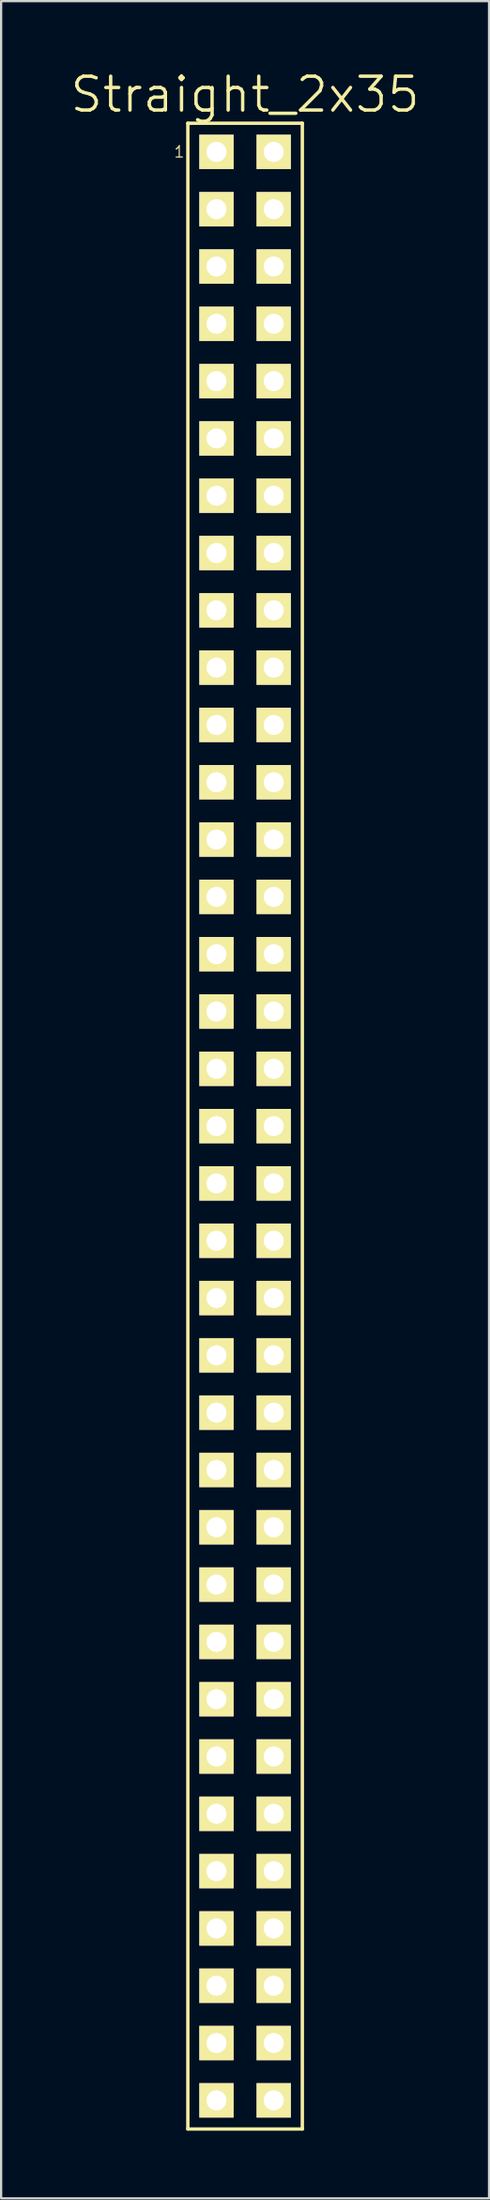
<source format=kicad_pcb>
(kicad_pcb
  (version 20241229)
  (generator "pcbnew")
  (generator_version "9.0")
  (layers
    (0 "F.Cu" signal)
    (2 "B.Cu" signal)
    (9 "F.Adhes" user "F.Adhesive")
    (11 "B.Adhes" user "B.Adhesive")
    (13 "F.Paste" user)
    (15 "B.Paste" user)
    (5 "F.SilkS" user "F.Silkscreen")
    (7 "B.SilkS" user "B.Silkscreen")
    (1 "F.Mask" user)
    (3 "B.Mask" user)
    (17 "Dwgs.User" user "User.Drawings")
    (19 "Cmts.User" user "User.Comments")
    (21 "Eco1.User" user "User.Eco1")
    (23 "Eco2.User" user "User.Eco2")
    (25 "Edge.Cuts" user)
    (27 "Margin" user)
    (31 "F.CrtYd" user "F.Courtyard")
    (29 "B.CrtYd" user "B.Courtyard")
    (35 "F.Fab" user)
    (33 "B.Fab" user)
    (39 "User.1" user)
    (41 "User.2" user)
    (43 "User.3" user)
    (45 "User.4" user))
  (footprint "Straight_2x35"
    (layer "F.Cu")
    (at 7.825 46.861)
    (property "Reference" "Straight_2x35" (at 0 -45.72 0) (layer "F.SilkS") (effects (font (size 1.5 1.5) (thickness 0.15))))
    (attr through_hole)
    (fp_line (start -2.54 -44.45) (end 2.54 -44.45) (stroke (width 0.15) (type solid)) (layer "F.SilkS"))
    (fp_line (start -2.54 44.45) (end -2.54 -44.45) (stroke (width 0.15) (type solid)) (layer "F.SilkS"))
    (fp_line (start 2.54 -44.45) (end 2.54 44.45) (stroke (width 0.15) (type solid)) (layer "F.SilkS"))
    (fp_line (start 2.54 44.45) (end -2.54 44.45) (stroke (width 0.15) (type solid)) (layer "F.SilkS"))
    (fp_text user "1" (at -2.921 -43.18 0) (layer "F.SilkS") (effects (font (size 0.5 0.5) (thickness 0.05))))
    (pad "1" thru_hole rect (at -1.27 -43.18) (size 1.524 1.524) (drill 0.889) (layers "*.Cu" "*.Mask" "F.SilkS"))
    (pad "2" thru_hole rect (at 1.27 -43.18) (size 1.524 1.524) (drill 0.889) (layers "*.Cu" "*.Mask" "F.SilkS"))
    (pad "3" thru_hole rect (at -1.27 -40.64) (size 1.524 1.524) (drill 0.889) (layers "*.Cu" "*.Mask" "F.SilkS"))
    (pad "4" thru_hole rect (at 1.27 -40.64) (size 1.524 1.524) (drill 0.889) (layers "*.Cu" "*.Mask" "F.SilkS"))
    (pad "5" thru_hole rect (at -1.27 -38.1) (size 1.524 1.524) (drill 0.889) (layers "*.Cu" "*.Mask" "F.SilkS"))
    (pad "6" thru_hole rect (at 1.27 -38.1) (size 1.524 1.524) (drill 0.889) (layers "*.Cu" "*.Mask" "F.SilkS"))
    (pad "7" thru_hole rect (at -1.27 -35.56) (size 1.524 1.524) (drill 0.889) (layers "*.Cu" "*.Mask" "F.SilkS"))
    (pad "8" thru_hole rect (at 1.27 -35.56) (size 1.524 1.524) (drill 0.889) (layers "*.Cu" "*.Mask" "F.SilkS"))
    (pad "9" thru_hole rect (at -1.27 -33.02) (size 1.524 1.524) (drill 0.889) (layers "*.Cu" "*.Mask" "F.SilkS"))
    (pad "10" thru_hole rect (at 1.27 -33.02) (size 1.524 1.524) (drill 0.889) (layers "*.Cu" "*.Mask" "F.SilkS"))
    (pad "11" thru_hole rect (at -1.27 -30.48) (size 1.524 1.524) (drill 0.889) (layers "*.Cu" "*.Mask" "F.SilkS"))
    (pad "12" thru_hole rect (at 1.27 -30.48) (size 1.524 1.524) (drill 0.889) (layers "*.Cu" "*.Mask" "F.SilkS"))
    (pad "13" thru_hole rect (at -1.27 -27.94) (size 1.524 1.524) (drill 0.889) (layers "*.Cu" "*.Mask" "F.SilkS"))
    (pad "14" thru_hole rect (at 1.27 -27.94) (size 1.524 1.524) (drill 0.889) (layers "*.Cu" "*.Mask" "F.SilkS"))
    (pad "15" thru_hole rect (at -1.27 -25.4) (size 1.524 1.524) (drill 0.889) (layers "*.Cu" "*.Mask" "F.SilkS"))
    (pad "16" thru_hole rect (at 1.27 -25.4) (size 1.524 1.524) (drill 0.889) (layers "*.Cu" "*.Mask" "F.SilkS"))
    (pad "17" thru_hole rect (at -1.27 -22.86) (size 1.524 1.524) (drill 0.889) (layers "*.Cu" "*.Mask" "F.SilkS"))
    (pad "18" thru_hole rect (at 1.27 -22.86) (size 1.524 1.524) (drill 0.889) (layers "*.Cu" "*.Mask" "F.SilkS"))
    (pad "19" thru_hole rect (at -1.27 -20.32) (size 1.524 1.524) (drill 0.889) (layers "*.Cu" "*.Mask" "F.SilkS"))
    (pad "20" thru_hole rect (at 1.27 -20.32) (size 1.524 1.524) (drill 0.889) (layers "*.Cu" "*.Mask" "F.SilkS"))
    (pad "21" thru_hole rect (at -1.27 -17.78) (size 1.524 1.524) (drill 0.889) (layers "*.Cu" "*.Mask" "F.SilkS"))
    (pad "22" thru_hole rect (at 1.27 -17.78) (size 1.524 1.524) (drill 0.889) (layers "*.Cu" "*.Mask" "F.SilkS"))
    (pad "23" thru_hole rect (at -1.27 -15.24) (size 1.524 1.524) (drill 0.889) (layers "*.Cu" "*.Mask" "F.SilkS"))
    (pad "24" thru_hole rect (at 1.27 -15.24) (size 1.524 1.524) (drill 0.889) (layers "*.Cu" "*.Mask" "F.SilkS"))
    (pad "25" thru_hole rect (at -1.27 -12.7) (size 1.524 1.524) (drill 0.889) (layers "*.Cu" "*.Mask" "F.SilkS"))
    (pad "26" thru_hole rect (at 1.27 -12.7) (size 1.524 1.524) (drill 0.889) (layers "*.Cu" "*.Mask" "F.SilkS"))
    (pad "27" thru_hole rect (at -1.27 -10.16) (size 1.524 1.524) (drill 0.889) (layers "*.Cu" "*.Mask" "F.SilkS"))
    (pad "28" thru_hole rect (at 1.27 -10.16) (size 1.524 1.524) (drill 0.889) (layers "*.Cu" "*.Mask" "F.SilkS"))
    (pad "29" thru_hole rect (at -1.27 -7.62) (size 1.524 1.524) (drill 0.889) (layers "*.Cu" "*.Mask" "F.SilkS"))
    (pad "30" thru_hole rect (at 1.27 -7.62) (size 1.524 1.524) (drill 0.889) (layers "*.Cu" "*.Mask" "F.SilkS"))
    (pad "31" thru_hole rect (at -1.27 -5.08) (size 1.524 1.524) (drill 0.889) (layers "*.Cu" "*.Mask" "F.SilkS"))
    (pad "32" thru_hole rect (at 1.27 -5.08) (size 1.524 1.524) (drill 0.889) (layers "*.Cu" "*.Mask" "F.SilkS"))
    (pad "33" thru_hole rect (at -1.27 -2.54) (size 1.524 1.524) (drill 0.889) (layers "*.Cu" "*.Mask" "F.SilkS"))
    (pad "34" thru_hole rect (at 1.27 -2.54) (size 1.524 1.524) (drill 0.889) (layers "*.Cu" "*.Mask" "F.SilkS"))
    (pad "35" thru_hole rect (at -1.27 0) (size 1.524 1.524) (drill 0.889) (layers "*.Cu" "*.Mask" "F.SilkS"))
    (pad "36" thru_hole rect (at 1.27 0) (size 1.524 1.524) (drill 0.889) (layers "*.Cu" "*.Mask" "F.SilkS"))
    (pad "37" thru_hole rect (at -1.27 2.54) (size 1.524 1.524) (drill 0.889) (layers "*.Cu" "*.Mask" "F.SilkS"))
    (pad "38" thru_hole rect (at 1.27 2.54) (size 1.524 1.524) (drill 0.889) (layers "*.Cu" "*.Mask" "F.SilkS"))
    (pad "39" thru_hole rect (at -1.27 5.08) (size 1.524 1.524) (drill 0.889) (layers "*.Cu" "*.Mask" "F.SilkS"))
    (pad "40" thru_hole rect (at 1.27 5.08) (size 1.524 1.524) (drill 0.889) (layers "*.Cu" "*.Mask" "F.SilkS"))
    (pad "41" thru_hole rect (at -1.27 7.62) (size 1.524 1.524) (drill 0.889) (layers "*.Cu" "*.Mask" "F.SilkS"))
    (pad "42" thru_hole rect (at 1.27 7.62) (size 1.524 1.524) (drill 0.889) (layers "*.Cu" "*.Mask" "F.SilkS"))
    (pad "43" thru_hole rect (at -1.27 10.16) (size 1.524 1.524) (drill 0.889) (layers "*.Cu" "*.Mask" "F.SilkS"))
    (pad "44" thru_hole rect (at 1.27 10.16) (size 1.524 1.524) (drill 0.889) (layers "*.Cu" "*.Mask" "F.SilkS"))
    (pad "45" thru_hole rect (at -1.27 12.7) (size 1.524 1.524) (drill 0.889) (layers "*.Cu" "*.Mask" "F.SilkS"))
    (pad "46" thru_hole rect (at 1.27 12.7) (size 1.524 1.524) (drill 0.889) (layers "*.Cu" "*.Mask" "F.SilkS"))
    (pad "47" thru_hole rect (at -1.27 15.24) (size 1.524 1.524) (drill 0.889) (layers "*.Cu" "*.Mask" "F.SilkS"))
    (pad "48" thru_hole rect (at 1.27 15.24) (size 1.524 1.524) (drill 0.889) (layers "*.Cu" "*.Mask" "F.SilkS"))
    (pad "49" thru_hole rect (at -1.27 17.78) (size 1.524 1.524) (drill 0.889) (layers "*.Cu" "*.Mask" "F.SilkS"))
    (pad "50" thru_hole rect (at 1.27 17.78) (size 1.524 1.524) (drill 0.889) (layers "*.Cu" "*.Mask" "F.SilkS"))
    (pad "51" thru_hole rect (at -1.27 20.32) (size 1.524 1.524) (drill 0.889) (layers "*.Cu" "*.Mask" "F.SilkS"))
    (pad "52" thru_hole rect (at 1.27 20.32) (size 1.524 1.524) (drill 0.889) (layers "*.Cu" "*.Mask" "F.SilkS"))
    (pad "53" thru_hole rect (at -1.27 22.86) (size 1.524 1.524) (drill 0.889) (layers "*.Cu" "*.Mask" "F.SilkS"))
    (pad "54" thru_hole rect (at 1.27 22.86) (size 1.524 1.524) (drill 0.889) (layers "*.Cu" "*.Mask" "F.SilkS"))
    (pad "55" thru_hole rect (at -1.27 25.4) (size 1.524 1.524) (drill 0.889) (layers "*.Cu" "*.Mask" "F.SilkS"))
    (pad "56" thru_hole rect (at 1.27 25.4) (size 1.524 1.524) (drill 0.889) (layers "*.Cu" "*.Mask" "F.SilkS"))
    (pad "57" thru_hole rect (at -1.27 27.94) (size 1.524 1.524) (drill 0.889) (layers "*.Cu" "*.Mask" "F.SilkS"))
    (pad "58" thru_hole rect (at 1.27 27.94) (size 1.524 1.524) (drill 0.889) (layers "*.Cu" "*.Mask" "F.SilkS"))
    (pad "59" thru_hole rect (at -1.27 30.48) (size 1.524 1.524) (drill 0.889) (layers "*.Cu" "*.Mask" "F.SilkS"))
    (pad "60" thru_hole rect (at 1.27 30.48) (size 1.524 1.524) (drill 0.889) (layers "*.Cu" "*.Mask" "F.SilkS"))
    (pad "61" thru_hole rect (at -1.27 33.02) (size 1.524 1.524) (drill 0.889) (layers "*.Cu" "*.Mask" "F.SilkS"))
    (pad "62" thru_hole rect (at 1.27 33.02) (size 1.524 1.524) (drill 0.889) (layers "*.Cu" "*.Mask" "F.SilkS"))
    (pad "63" thru_hole rect (at -1.27 35.56) (size 1.524 1.524) (drill 0.889) (layers "*.Cu" "*.Mask" "F.SilkS"))
    (pad "64" thru_hole rect (at 1.27 35.56) (size 1.524 1.524) (drill 0.889) (layers "*.Cu" "*.Mask" "F.SilkS"))
    (pad "65" thru_hole rect (at -1.27 38.1) (size 1.524 1.524) (drill 0.889) (layers "*.Cu" "*.Mask" "F.SilkS"))
    (pad "66" thru_hole rect (at 1.27 38.1) (size 1.524 1.524) (drill 0.889) (layers "*.Cu" "*.Mask" "F.SilkS"))
    (pad "67" thru_hole rect (at -1.27 40.64) (size 1.524 1.524) (drill 0.889) (layers "*.Cu" "*.Mask" "F.SilkS"))
    (pad "68" thru_hole rect (at 1.27 40.64) (size 1.524 1.524) (drill 0.889) (layers "*.Cu" "*.Mask" "F.SilkS"))
    (pad "69" thru_hole rect (at -1.27 43.18) (size 1.524 1.524) (drill 0.889) (layers "*.Cu" "*.Mask" "F.SilkS"))
    (pad "70" thru_hole rect (at 1.27 43.18) (size 1.524 1.524) (drill 0.889) (layers "*.Cu" "*.Mask" "F.SilkS")))
  (gr_rect
    (start -3 -3)
    (end 18.65 94.386)
    (stroke (width 0.1) (type default))
    (fill no)
    (layer "Edge.Cuts")))
</source>
